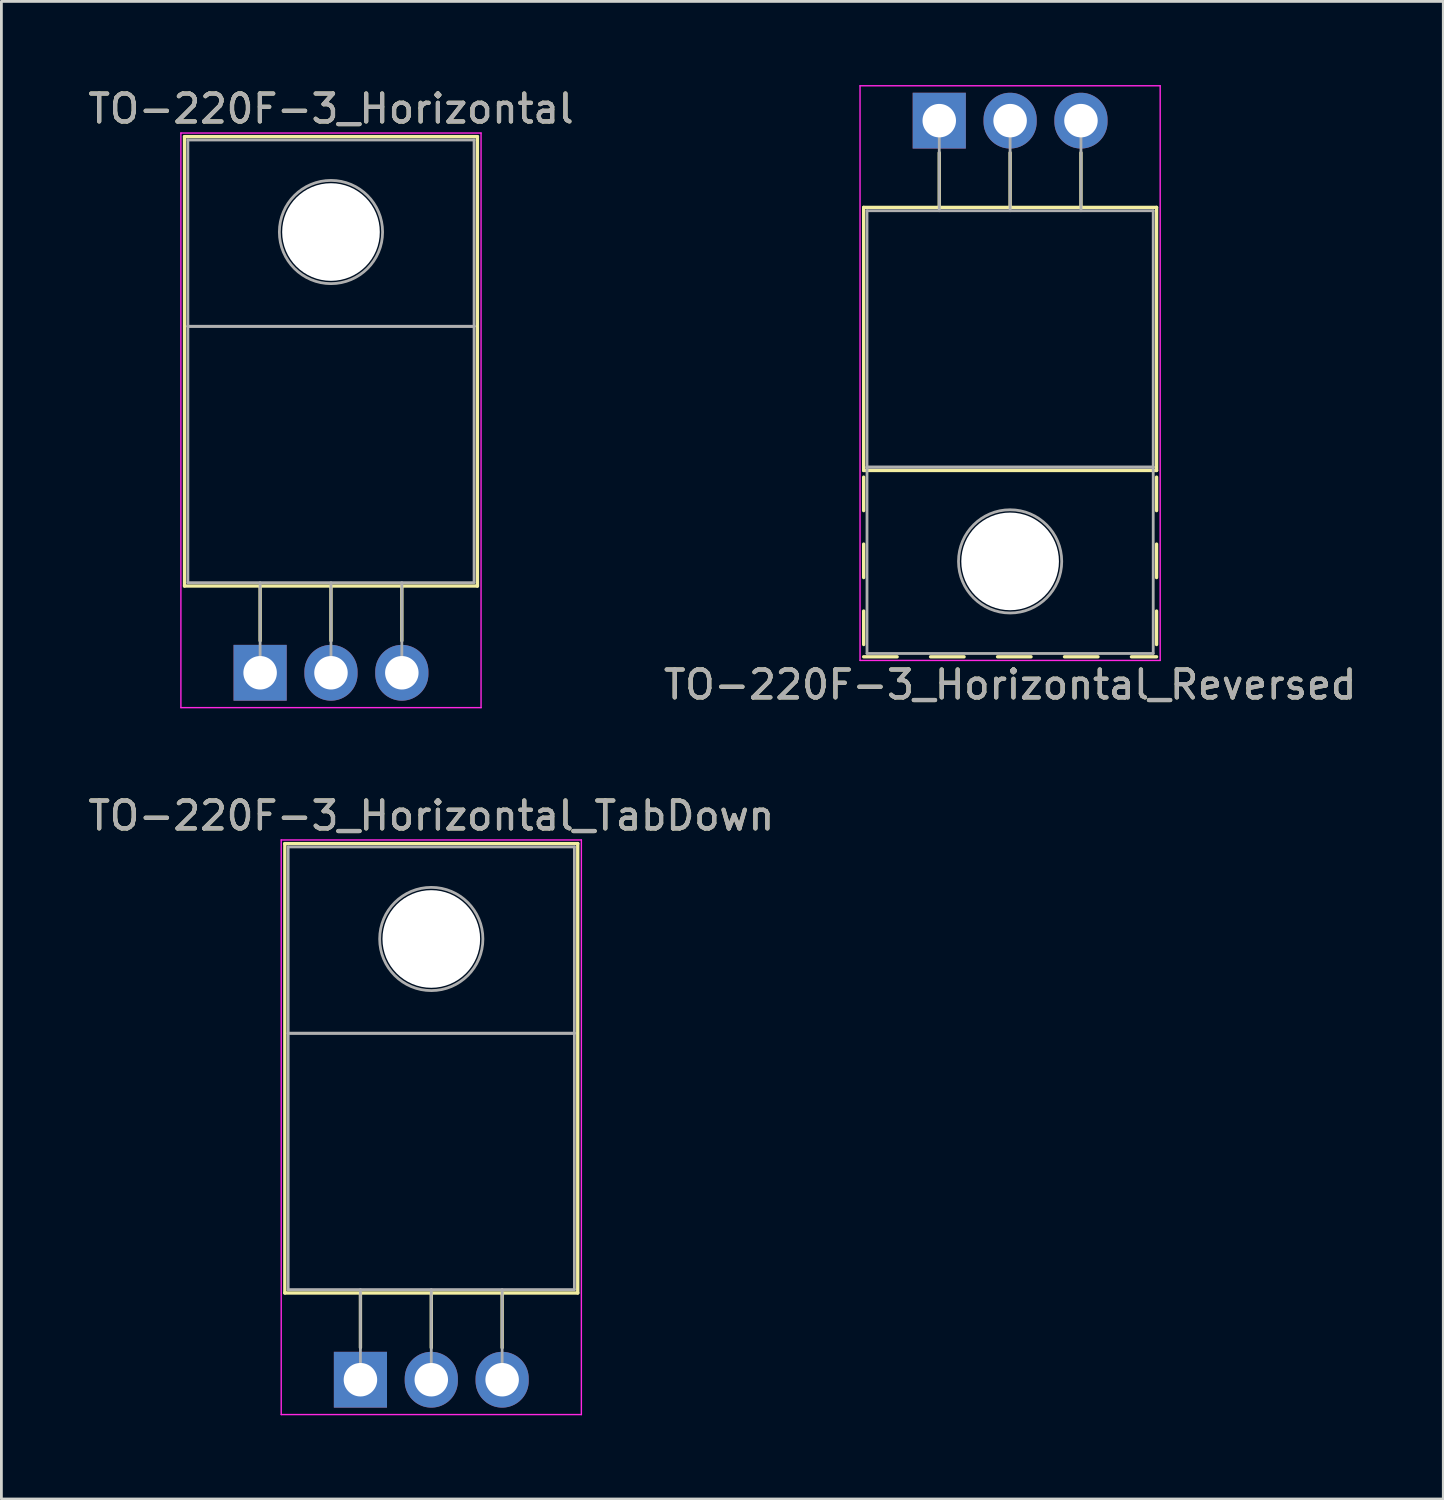
<source format=kicad_pcb>
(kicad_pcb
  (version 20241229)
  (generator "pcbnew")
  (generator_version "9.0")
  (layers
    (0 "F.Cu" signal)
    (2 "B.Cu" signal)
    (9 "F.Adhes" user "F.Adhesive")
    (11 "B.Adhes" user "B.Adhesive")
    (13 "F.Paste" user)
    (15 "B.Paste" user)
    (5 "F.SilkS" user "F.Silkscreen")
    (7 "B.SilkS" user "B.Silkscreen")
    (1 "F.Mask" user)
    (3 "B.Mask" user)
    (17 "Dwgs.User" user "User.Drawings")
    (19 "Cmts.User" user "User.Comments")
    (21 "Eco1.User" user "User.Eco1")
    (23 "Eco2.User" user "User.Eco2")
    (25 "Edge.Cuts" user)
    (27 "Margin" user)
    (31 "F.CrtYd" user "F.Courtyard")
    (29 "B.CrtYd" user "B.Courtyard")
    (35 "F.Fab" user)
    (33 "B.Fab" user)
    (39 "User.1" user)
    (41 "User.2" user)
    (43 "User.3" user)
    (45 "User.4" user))
  (footprint "TO-220F-3_Horizontal_Reversed"
    (layer "F.Cu")
    (at 30.621 1.275)
    (property "Reference" "TO-220F-3_Horizontal_Reversed" (at 2.54 20.22 0) (layer "F.SilkS") (effects (font (size 1 1) (thickness 0.15))))
    (attr through_hole)
    (fp_line (start -2.71 3.11) (end -2.71 12.54) (stroke (width 0.12) (type solid)) (layer "F.SilkS"))
    (fp_line (start -2.71 3.11) (end 7.79 3.11) (stroke (width 0.12) (type solid)) (layer "F.SilkS"))
    (fp_line (start -2.71 12.54) (end 7.79 12.54) (stroke (width 0.12) (type solid)) (layer "F.SilkS"))
    (fp_line (start -2.71 12.78) (end -2.71 13.98) (stroke (width 0.12) (type solid)) (layer "F.SilkS"))
    (fp_line (start -2.71 15.18) (end -2.71 16.38) (stroke (width 0.12) (type solid)) (layer "F.SilkS"))
    (fp_line (start -2.71 17.58) (end -2.71 18.78) (stroke (width 0.12) (type solid)) (layer "F.SilkS"))
    (fp_line (start -2.71 19.22) (end -1.51 19.22) (stroke (width 0.12) (type solid)) (layer "F.SilkS"))
    (fp_line (start -0.311 19.22) (end 0.89 19.22) (stroke (width 0.12) (type solid)) (layer "F.SilkS"))
    (fp_line (start 0 1.15) (end 0 3.11) (stroke (width 0.12) (type solid)) (layer "F.SilkS"))
    (fp_line (start 2.09 19.22) (end 3.29 19.22) (stroke (width 0.12) (type solid)) (layer "F.SilkS"))
    (fp_line (start 2.54 1.15) (end 2.54 3.11) (stroke (width 0.12) (type solid)) (layer "F.SilkS"))
    (fp_line (start 4.49 19.22) (end 5.69 19.22) (stroke (width 0.12) (type solid)) (layer "F.SilkS"))
    (fp_line (start 5.08 1.15) (end 5.08 3.11) (stroke (width 0.12) (type solid)) (layer "F.SilkS"))
    (fp_line (start 6.89 19.22) (end 7.79 19.22) (stroke (width 0.12) (type solid)) (layer "F.SilkS"))
    (fp_line (start 7.79 3.11) (end 7.79 12.54) (stroke (width 0.12) (type solid)) (layer "F.SilkS"))
    (fp_line (start 7.79 12.78) (end 7.79 13.98) (stroke (width 0.12) (type solid)) (layer "F.SilkS"))
    (fp_line (start 7.79 15.18) (end 7.79 16.38) (stroke (width 0.12) (type solid)) (layer "F.SilkS"))
    (fp_line (start 7.79 17.58) (end 7.79 18.78) (stroke (width 0.12) (type solid)) (layer "F.SilkS"))
    (fp_line (start -2.84 -1.25) (end -2.84 19.35) (stroke (width 0.05) (type solid)) (layer "F.CrtYd"))
    (fp_line (start -2.84 19.35) (end 7.92 19.35) (stroke (width 0.05) (type solid)) (layer "F.CrtYd"))
    (fp_line (start 7.92 -1.25) (end -2.84 -1.25) (stroke (width 0.05) (type solid)) (layer "F.CrtYd"))
    (fp_line (start 7.92 19.35) (end 7.92 -1.25) (stroke (width 0.05) (type solid)) (layer "F.CrtYd"))
    (fp_line (start -2.59 3.23) (end -2.59 12.42) (stroke (width 0.1) (type solid)) (layer "F.Fab"))
    (fp_line (start -2.59 12.42) (end -2.59 19.1) (stroke (width 0.1) (type solid)) (layer "F.Fab"))
    (fp_line (start -2.59 12.42) (end 7.67 12.42) (stroke (width 0.1) (type solid)) (layer "F.Fab"))
    (fp_line (start -2.59 19.1) (end 7.67 19.1) (stroke (width 0.1) (type solid)) (layer "F.Fab"))
    (fp_line (start 0 3.23) (end 0 0) (stroke (width 0.1) (type solid)) (layer "F.Fab"))
    (fp_line (start 2.54 3.23) (end 2.54 0) (stroke (width 0.1) (type solid)) (layer "F.Fab"))
    (fp_line (start 5.08 3.23) (end 5.08 0) (stroke (width 0.1) (type solid)) (layer "F.Fab"))
    (fp_line (start 7.67 3.23) (end -2.59 3.23) (stroke (width 0.1) (type solid)) (layer "F.Fab"))
    (fp_line (start 7.67 12.42) (end -2.59 12.42) (stroke (width 0.1) (type solid)) (layer "F.Fab"))
    (fp_line (start 7.67 12.42) (end 7.67 3.23) (stroke (width 0.1) (type solid)) (layer "F.Fab"))
    (fp_line (start 7.67 19.1) (end 7.67 12.42) (stroke (width 0.1) (type solid)) (layer "F.Fab"))
    (fp_circle (center 2.54 15.8) (end 4.39 15.8) (stroke (width 0.1) (type solid)) (fill no) (layer "F.Fab"))
    (fp_text user "${REFERENCE}" (at 2.54 20.22 0) (layer "F.Fab") (effects (font (size 1 1) (thickness 0.15))))
    (pad "" np_thru_hole oval (at 2.54 15.8) (size 3.5 3.5) (drill 3.5) (layers "*.Cu" "*.Mask"))
    (pad "1" thru_hole rect (at 0 0) (size 1.905 2) (drill 1.2) (layers "*.Cu" "*.Mask"))
    (pad "2" thru_hole oval (at 2.54 0) (size 1.905 2) (drill 1.2) (layers "*.Cu" "*.Mask"))
    (pad "3" thru_hole oval (at 5.08 0) (size 1.905 2) (drill 1.2) (layers "*.Cu" "*.Mask")))
  (footprint "TO-220F-3_Horizontal_TabDown"
    (layer "F.Cu")
    (at 9.871 46.411)
    (property "Reference" "TO-220F-3_Horizontal_TabDown" (at 2.54 -20.22 0) (layer "F.SilkS") (effects (font (size 1 1) (thickness 0.15))))
    (attr through_hole)
    (fp_line (start -2.71 -19.22) (end -2.71 -3.11) (stroke (width 0.12) (type solid)) (layer "F.SilkS"))
    (fp_line (start -2.71 -19.22) (end 7.79 -19.22) (stroke (width 0.12) (type solid)) (layer "F.SilkS"))
    (fp_line (start -2.71 -3.11) (end 7.79 -3.11) (stroke (width 0.12) (type solid)) (layer "F.SilkS"))
    (fp_line (start 0 -3.11) (end 0 -1.15) (stroke (width 0.12) (type solid)) (layer "F.SilkS"))
    (fp_line (start 2.54 -3.11) (end 2.54 -1.15) (stroke (width 0.12) (type solid)) (layer "F.SilkS"))
    (fp_line (start 5.08 -3.11) (end 5.08 -1.15) (stroke (width 0.12) (type solid)) (layer "F.SilkS"))
    (fp_line (start 7.79 -19.22) (end 7.79 -3.11) (stroke (width 0.12) (type solid)) (layer "F.SilkS"))
    (fp_line (start -2.84 -19.35) (end -2.84 1.25) (stroke (width 0.05) (type solid)) (layer "F.CrtYd"))
    (fp_line (start -2.84 1.25) (end 7.92 1.25) (stroke (width 0.05) (type solid)) (layer "F.CrtYd"))
    (fp_line (start 7.92 -19.35) (end -2.84 -19.35) (stroke (width 0.05) (type solid)) (layer "F.CrtYd"))
    (fp_line (start 7.92 1.25) (end 7.92 -19.35) (stroke (width 0.05) (type solid)) (layer "F.CrtYd"))
    (fp_line (start -2.59 -19.1) (end 7.67 -19.1) (stroke (width 0.1) (type solid)) (layer "F.Fab"))
    (fp_line (start -2.59 -12.42) (end -2.59 -19.1) (stroke (width 0.1) (type solid)) (layer "F.Fab"))
    (fp_line (start -2.59 -12.42) (end 7.67 -12.42) (stroke (width 0.1) (type solid)) (layer "F.Fab"))
    (fp_line (start -2.59 -3.23) (end -2.59 -12.42) (stroke (width 0.1) (type solid)) (layer "F.Fab"))
    (fp_line (start 0 -3.23) (end 0 0) (stroke (width 0.1) (type solid)) (layer "F.Fab"))
    (fp_line (start 2.54 -3.23) (end 2.54 0) (stroke (width 0.1) (type solid)) (layer "F.Fab"))
    (fp_line (start 5.08 -3.23) (end 5.08 0) (stroke (width 0.1) (type solid)) (layer "F.Fab"))
    (fp_line (start 7.67 -19.1) (end 7.67 -12.42) (stroke (width 0.1) (type solid)) (layer "F.Fab"))
    (fp_line (start 7.67 -12.42) (end -2.59 -12.42) (stroke (width 0.1) (type solid)) (layer "F.Fab"))
    (fp_line (start 7.67 -12.42) (end 7.67 -3.23) (stroke (width 0.1) (type solid)) (layer "F.Fab"))
    (fp_line (start 7.67 -3.23) (end -2.59 -3.23) (stroke (width 0.1) (type solid)) (layer "F.Fab"))
    (fp_circle (center 2.54 -15.8) (end 4.39 -15.8) (stroke (width 0.1) (type solid)) (fill no) (layer "F.Fab"))
    (fp_text user "${REFERENCE}" (at 2.54 -20.22 0) (layer "F.Fab") (effects (font (size 1 1) (thickness 0.15))))
    (pad "" np_thru_hole oval (at 2.54 -15.8) (size 3.5 3.5) (drill 3.5) (layers "*.Cu" "*.Mask"))
    (pad "1" thru_hole rect (at 0 0) (size 1.905 2) (drill 1.2) (layers "*.Cu" "*.Mask"))
    (pad "2" thru_hole oval (at 2.54 0) (size 1.905 2) (drill 1.2) (layers "*.Cu" "*.Mask"))
    (pad "3" thru_hole oval (at 5.08 0) (size 1.905 2) (drill 1.2) (layers "*.Cu" "*.Mask")))
  (footprint "TO-220F-3_Horizontal"
    (layer "F.Cu")
    (at 6.275 21.068)
    (property "Reference" "TO-220F-3_Horizontal" (at 2.54 -20.22 0) (layer "F.SilkS") (effects (font (size 1 1) (thickness 0.15))))
    (attr through_hole)
    (fp_line (start -2.71 -19.22) (end -2.71 -3.11) (stroke (width 0.12) (type solid)) (layer "F.SilkS"))
    (fp_line (start -2.71 -19.22) (end 7.79 -19.22) (stroke (width 0.12) (type solid)) (layer "F.SilkS"))
    (fp_line (start -2.71 -3.11) (end 7.79 -3.11) (stroke (width 0.12) (type solid)) (layer "F.SilkS"))
    (fp_line (start 0 -3.11) (end 0 -1.15) (stroke (width 0.12) (type solid)) (layer "F.SilkS"))
    (fp_line (start 2.54 -3.11) (end 2.54 -1.15) (stroke (width 0.12) (type solid)) (layer "F.SilkS"))
    (fp_line (start 5.08 -3.11) (end 5.08 -1.15) (stroke (width 0.12) (type solid)) (layer "F.SilkS"))
    (fp_line (start 7.79 -19.22) (end 7.79 -3.11) (stroke (width 0.12) (type solid)) (layer "F.SilkS"))
    (fp_line (start -2.84 -19.35) (end -2.84 1.25) (stroke (width 0.05) (type solid)) (layer "F.CrtYd"))
    (fp_line (start -2.84 1.25) (end 7.92 1.25) (stroke (width 0.05) (type solid)) (layer "F.CrtYd"))
    (fp_line (start 7.92 -19.35) (end -2.84 -19.35) (stroke (width 0.05) (type solid)) (layer "F.CrtYd"))
    (fp_line (start 7.92 1.25) (end 7.92 -19.35) (stroke (width 0.05) (type solid)) (layer "F.CrtYd"))
    (fp_line (start -2.59 -19.1) (end 7.67 -19.1) (stroke (width 0.1) (type solid)) (layer "F.Fab"))
    (fp_line (start -2.59 -12.42) (end -2.59 -19.1) (stroke (width 0.1) (type solid)) (layer "F.Fab"))
    (fp_line (start -2.59 -12.42) (end 7.67 -12.42) (stroke (width 0.1) (type solid)) (layer "F.Fab"))
    (fp_line (start -2.59 -3.23) (end -2.59 -12.42) (stroke (width 0.1) (type solid)) (layer "F.Fab"))
    (fp_line (start 0 -3.23) (end 0 0) (stroke (width 0.1) (type solid)) (layer "F.Fab"))
    (fp_line (start 2.54 -3.23) (end 2.54 0) (stroke (width 0.1) (type solid)) (layer "F.Fab"))
    (fp_line (start 5.08 -3.23) (end 5.08 0) (stroke (width 0.1) (type solid)) (layer "F.Fab"))
    (fp_line (start 7.67 -19.1) (end 7.67 -12.42) (stroke (width 0.1) (type solid)) (layer "F.Fab"))
    (fp_line (start 7.67 -12.42) (end -2.59 -12.42) (stroke (width 0.1) (type solid)) (layer "F.Fab"))
    (fp_line (start 7.67 -12.42) (end 7.67 -3.23) (stroke (width 0.1) (type solid)) (layer "F.Fab"))
    (fp_line (start 7.67 -3.23) (end -2.59 -3.23) (stroke (width 0.1) (type solid)) (layer "F.Fab"))
    (fp_circle (center 2.54 -15.8) (end 4.39 -15.8) (stroke (width 0.1) (type solid)) (fill no) (layer "F.Fab"))
    (fp_text user "${REFERENCE}" (at 2.54 -20.22 0) (layer "F.Fab") (effects (font (size 1 1) (thickness 0.15))))
    (pad "" np_thru_hole oval (at 2.54 -15.8) (size 3.5 3.5) (drill 3.5) (layers "*.Cu" "*.Mask"))
    (pad "1" thru_hole rect (at 0 0) (size 1.905 2) (drill 1.2) (layers "*.Cu" "*.Mask"))
    (pad "2" thru_hole oval (at 2.54 0) (size 1.905 2) (drill 1.2) (layers "*.Cu" "*.Mask"))
    (pad "3" thru_hole oval (at 5.08 0) (size 1.905 2) (drill 1.2) (layers "*.Cu" "*.Mask")))
  (gr_rect
    (start -3 -3)
    (end 48.69 50.687)
    (stroke (width 0.1) (type default))
    (fill no)
    (layer "Edge.Cuts")))
</source>
